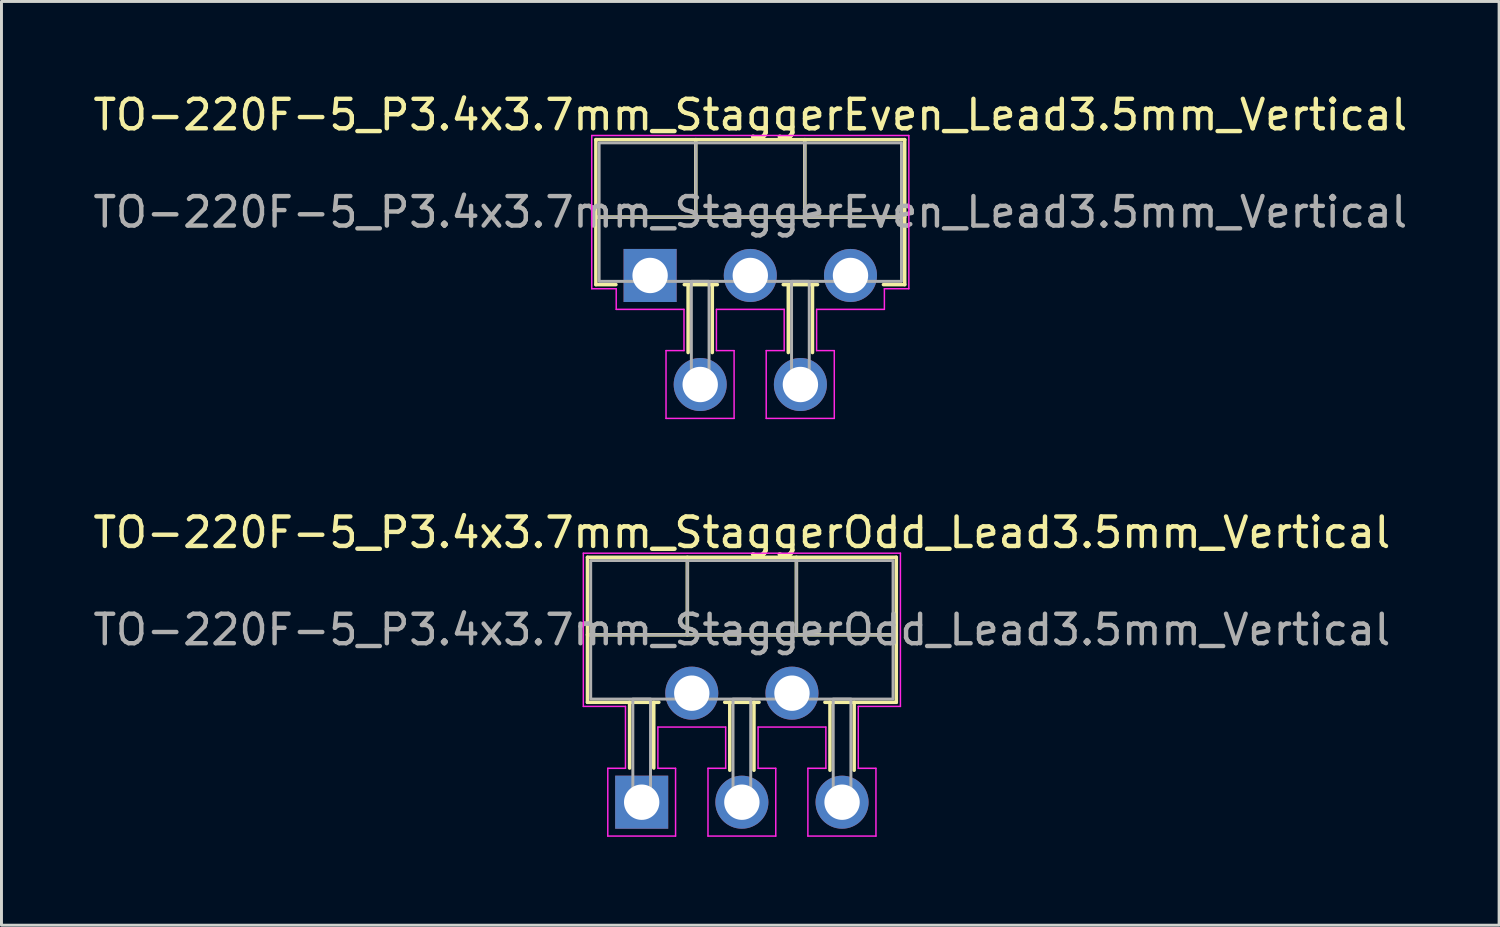
<source format=kicad_pcb>
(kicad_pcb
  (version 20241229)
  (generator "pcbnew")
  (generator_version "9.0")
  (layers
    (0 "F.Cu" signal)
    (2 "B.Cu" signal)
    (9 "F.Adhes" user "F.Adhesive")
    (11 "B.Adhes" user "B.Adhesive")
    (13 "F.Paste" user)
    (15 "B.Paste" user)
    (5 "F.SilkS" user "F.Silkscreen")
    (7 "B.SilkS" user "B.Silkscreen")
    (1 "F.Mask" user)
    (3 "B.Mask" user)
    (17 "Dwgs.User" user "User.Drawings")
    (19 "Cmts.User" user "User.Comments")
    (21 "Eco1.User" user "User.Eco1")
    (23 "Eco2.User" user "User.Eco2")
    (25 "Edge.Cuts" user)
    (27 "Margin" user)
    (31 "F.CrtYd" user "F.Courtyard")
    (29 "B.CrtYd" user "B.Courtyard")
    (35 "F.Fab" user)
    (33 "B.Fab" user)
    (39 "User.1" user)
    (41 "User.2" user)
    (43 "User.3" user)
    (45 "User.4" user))
  (footprint "TO-220F-5_P3.4x3.7mm_StaggerOdd_Lead3.5mm_Vertical"
    (layer "F.Cu")
    (at 18.725 24.172)
    (property "Reference" "TO-220F-5_P3.4x3.7mm_StaggerOdd_Lead3.5mm_Vertical" (at 3.4 -9.15 0) (layer "F.SilkS") (effects (font (size 1 1) (thickness 0.15))))
    (attr through_hole)
    (fp_line (start -1.84 -8.31) (end 8.64 -8.31) (stroke (width 0.12) (type solid)) (layer "F.SilkS"))
    (fp_line (start -1.84 -5.68) (end 8.64 -5.68) (stroke (width 0.12) (type solid)) (layer "F.SilkS"))
    (fp_line (start -1.84 -3.39) (end -1.84 -8.31) (stroke (width 0.12) (type solid)) (layer "F.SilkS"))
    (fp_line (start -0.41 -3.39) (end -0.41 -1.16) (stroke (width 0.12) (type solid)) (layer "F.SilkS"))
    (fp_line (start 0.41 -3.39) (end 0.41 -1.16) (stroke (width 0.12) (type solid)) (layer "F.SilkS"))
    (fp_line (start 0.582 -3.39) (end -1.84 -3.39) (stroke (width 0.12) (type solid)) (layer "F.SilkS"))
    (fp_line (start 1.55 -8.31) (end 1.55 -5.68) (stroke (width 0.12) (type solid)) (layer "F.SilkS"))
    (fp_line (start 2.99 -3.39) (end 2.99 -1.085) (stroke (width 0.12) (type solid)) (layer "F.SilkS"))
    (fp_line (start 3.81 -3.39) (end 3.81 -1.085) (stroke (width 0.12) (type solid)) (layer "F.SilkS"))
    (fp_line (start 3.982 -3.39) (end 2.818 -3.39) (stroke (width 0.12) (type solid)) (layer "F.SilkS"))
    (fp_line (start 5.25 -8.31) (end 5.25 -5.68) (stroke (width 0.12) (type solid)) (layer "F.SilkS"))
    (fp_line (start 6.39 -3.39) (end 6.39 -1.085) (stroke (width 0.12) (type solid)) (layer "F.SilkS"))
    (fp_line (start 7.21 -3.39) (end 7.21 -1.085) (stroke (width 0.12) (type solid)) (layer "F.SilkS"))
    (fp_line (start 8.64 -8.31) (end 8.64 -3.39) (stroke (width 0.12) (type solid)) (layer "F.SilkS"))
    (fp_line (start 8.64 -3.39) (end 6.218 -3.39) (stroke (width 0.12) (type solid)) (layer "F.SilkS"))
    (fp_line (start -1.98 -8.45) (end 8.78 -8.45) (stroke (width 0.05) (type solid)) (layer "F.CrtYd"))
    (fp_line (start -1.98 -3.25) (end -1.98 -8.45) (stroke (width 0.05) (type solid)) (layer "F.CrtYd"))
    (fp_line (start -1.15 -1.15) (end -0.55 -1.15) (stroke (width 0.05) (type solid)) (layer "F.CrtYd"))
    (fp_line (start -1.15 1.15) (end -1.15 -1.15) (stroke (width 0.05) (type solid)) (layer "F.CrtYd"))
    (fp_line (start -0.55 -3.25) (end -1.98 -3.25) (stroke (width 0.05) (type solid)) (layer "F.CrtYd"))
    (fp_line (start -0.55 -1.15) (end -0.55 -3.25) (stroke (width 0.05) (type solid)) (layer "F.CrtYd"))
    (fp_line (start 0.55 -2.55) (end 0.55 -1.15) (stroke (width 0.05) (type solid)) (layer "F.CrtYd"))
    (fp_line (start 0.55 -1.15) (end 1.15 -1.15) (stroke (width 0.05) (type solid)) (layer "F.CrtYd"))
    (fp_line (start 1.15 -1.15) (end 1.15 1.15) (stroke (width 0.05) (type solid)) (layer "F.CrtYd"))
    (fp_line (start 1.15 1.15) (end -1.15 1.15) (stroke (width 0.05) (type solid)) (layer "F.CrtYd"))
    (fp_line (start 2.25 -1.15) (end 2.85 -1.15) (stroke (width 0.05) (type solid)) (layer "F.CrtYd"))
    (fp_line (start 2.25 1.15) (end 2.25 -1.15) (stroke (width 0.05) (type solid)) (layer "F.CrtYd"))
    (fp_line (start 2.85 -2.55) (end 0.55 -2.55) (stroke (width 0.05) (type solid)) (layer "F.CrtYd"))
    (fp_line (start 2.85 -1.15) (end 2.85 -2.55) (stroke (width 0.05) (type solid)) (layer "F.CrtYd"))
    (fp_line (start 3.95 -2.55) (end 3.95 -1.15) (stroke (width 0.05) (type solid)) (layer "F.CrtYd"))
    (fp_line (start 3.95 -1.15) (end 4.55 -1.15) (stroke (width 0.05) (type solid)) (layer "F.CrtYd"))
    (fp_line (start 4.55 -1.15) (end 4.55 1.15) (stroke (width 0.05) (type solid)) (layer "F.CrtYd"))
    (fp_line (start 4.55 1.15) (end 2.25 1.15) (stroke (width 0.05) (type solid)) (layer "F.CrtYd"))
    (fp_line (start 5.64 -1.15) (end 6.25 -1.15) (stroke (width 0.05) (type solid)) (layer "F.CrtYd"))
    (fp_line (start 5.64 1.15) (end 5.64 -1.15) (stroke (width 0.05) (type solid)) (layer "F.CrtYd"))
    (fp_line (start 6.25 -2.55) (end 3.95 -2.55) (stroke (width 0.05) (type solid)) (layer "F.CrtYd"))
    (fp_line (start 6.25 -1.15) (end 6.25 -2.55) (stroke (width 0.05) (type solid)) (layer "F.CrtYd"))
    (fp_line (start 7.35 -3.25) (end 7.35 -1.15) (stroke (width 0.05) (type solid)) (layer "F.CrtYd"))
    (fp_line (start 7.35 -1.15) (end 7.95 -1.15) (stroke (width 0.05) (type solid)) (layer "F.CrtYd"))
    (fp_line (start 7.95 -1.15) (end 7.95 1.15) (stroke (width 0.05) (type solid)) (layer "F.CrtYd"))
    (fp_line (start 7.95 1.15) (end 5.64 1.15) (stroke (width 0.05) (type solid)) (layer "F.CrtYd"))
    (fp_line (start 8.78 -8.45) (end 8.78 -3.25) (stroke (width 0.05) (type solid)) (layer "F.CrtYd"))
    (fp_line (start 8.78 -3.25) (end 7.35 -3.25) (stroke (width 0.05) (type solid)) (layer "F.CrtYd"))
    (fp_line (start -1.73 -5.68) (end 8.53 -5.68) (stroke (width 0.1) (type solid)) (layer "F.Fab"))
    (fp_line (start 1.55 -8.2) (end 1.55 -5.68) (stroke (width 0.1) (type solid)) (layer "F.Fab"))
    (fp_line (start 5.25 -8.2) (end 5.25 -5.68) (stroke (width 0.1) (type solid)) (layer "F.Fab"))
    (fp_rect (start -1.73 -8.2) (end 8.53 -3.5) (stroke (width 0.1) (type solid)) (fill no) (layer "F.Fab"))
    (fp_rect (start -0.3 -3.5) (end 0.3 0) (stroke (width 0.1) (type solid)) (fill no) (layer "F.Fab"))
    (fp_rect (start 3.1 -3.5) (end 3.7 0) (stroke (width 0.1) (type solid)) (fill no) (layer "F.Fab"))
    (fp_rect (start 6.5 -3.5) (end 7.1 0) (stroke (width 0.1) (type solid)) (fill no) (layer "F.Fab"))
    (fp_text user "${REFERENCE}" (at 3.4 -5.85 0) (layer "F.Fab") (effects (font (size 1 1) (thickness 0.15))))
    (pad "1" thru_hole rect (at 0 0) (size 1.8 1.8) (drill 1.2) (layers "*.Cu" "*.Mask"))
    (pad "2" thru_hole circle (at 1.7 -3.7) (size 1.8 1.8) (drill 1.2) (layers "*.Cu" "*.Mask"))
    (pad "3" thru_hole circle (at 3.4 0) (size 1.8 1.8) (drill 1.2) (layers "*.Cu" "*.Mask"))
    (pad "4" thru_hole circle (at 5.1 -3.7) (size 1.8 1.8) (drill 1.2) (layers "*.Cu" "*.Mask"))
    (pad "5" thru_hole circle (at 6.8 0) (size 1.8 1.8) (drill 1.2) (layers "*.Cu" "*.Mask")))
  (footprint "TO-220F-5_P3.4x3.7mm_StaggerEven_Lead3.5mm_Vertical"
    (layer "F.Cu")
    (at 19.011 6.298)
    (property "Reference" "TO-220F-5_P3.4x3.7mm_StaggerEven_Lead3.5mm_Vertical" (at 3.4 -5.45 0) (layer "F.SilkS") (effects (font (size 1 1) (thickness 0.15))))
    (attr through_hole)
    (fp_line (start -1.84 -4.61) (end 8.64 -4.61) (stroke (width 0.12) (type solid)) (layer "F.SilkS"))
    (fp_line (start -1.84 -1.98) (end 8.64 -1.98) (stroke (width 0.12) (type solid)) (layer "F.SilkS"))
    (fp_line (start -1.84 0.31) (end -1.84 -4.61) (stroke (width 0.12) (type solid)) (layer "F.SilkS"))
    (fp_line (start -1.16 0.31) (end -1.84 0.31) (stroke (width 0.12) (type solid)) (layer "F.SilkS"))
    (fp_line (start 1.29 0.31) (end 1.29 2.615) (stroke (width 0.12) (type solid)) (layer "F.SilkS"))
    (fp_line (start 1.55 -4.61) (end 1.55 -1.98) (stroke (width 0.12) (type solid)) (layer "F.SilkS"))
    (fp_line (start 2.11 0.31) (end 2.11 2.615) (stroke (width 0.12) (type solid)) (layer "F.SilkS"))
    (fp_line (start 2.282 0.31) (end 1.16 0.31) (stroke (width 0.12) (type solid)) (layer "F.SilkS"))
    (fp_line (start 4.69 0.31) (end 4.69 2.615) (stroke (width 0.12) (type solid)) (layer "F.SilkS"))
    (fp_line (start 5.25 -4.61) (end 5.25 -1.98) (stroke (width 0.12) (type solid)) (layer "F.SilkS"))
    (fp_line (start 5.51 0.31) (end 5.51 2.615) (stroke (width 0.12) (type solid)) (layer "F.SilkS"))
    (fp_line (start 5.682 0.31) (end 4.518 0.31) (stroke (width 0.12) (type solid)) (layer "F.SilkS"))
    (fp_line (start 8.64 -4.61) (end 8.64 0.31) (stroke (width 0.12) (type solid)) (layer "F.SilkS"))
    (fp_line (start 8.64 0.31) (end 7.918 0.31) (stroke (width 0.12) (type solid)) (layer "F.SilkS"))
    (fp_line (start -1.98 -4.75) (end 8.78 -4.75) (stroke (width 0.05) (type solid)) (layer "F.CrtYd"))
    (fp_line (start -1.98 0.45) (end -1.98 -4.75) (stroke (width 0.05) (type solid)) (layer "F.CrtYd"))
    (fp_line (start -1.15 0.45) (end -1.98 0.45) (stroke (width 0.05) (type solid)) (layer "F.CrtYd"))
    (fp_line (start -1.15 1.15) (end -1.15 0.45) (stroke (width 0.05) (type solid)) (layer "F.CrtYd"))
    (fp_line (start 0.54 2.55) (end 1.15 2.55) (stroke (width 0.05) (type solid)) (layer "F.CrtYd"))
    (fp_line (start 0.54 4.85) (end 0.54 2.55) (stroke (width 0.05) (type solid)) (layer "F.CrtYd"))
    (fp_line (start 1.15 1.15) (end -1.15 1.15) (stroke (width 0.05) (type solid)) (layer "F.CrtYd"))
    (fp_line (start 1.15 2.55) (end 1.15 1.15) (stroke (width 0.05) (type solid)) (layer "F.CrtYd"))
    (fp_line (start 2.25 1.15) (end 2.25 2.55) (stroke (width 0.05) (type solid)) (layer "F.CrtYd"))
    (fp_line (start 2.25 2.55) (end 2.85 2.55) (stroke (width 0.05) (type solid)) (layer "F.CrtYd"))
    (fp_line (start 2.85 2.55) (end 2.85 4.85) (stroke (width 0.05) (type solid)) (layer "F.CrtYd"))
    (fp_line (start 2.85 4.85) (end 0.54 4.85) (stroke (width 0.05) (type solid)) (layer "F.CrtYd"))
    (fp_line (start 3.94 2.55) (end 4.55 2.55) (stroke (width 0.05) (type solid)) (layer "F.CrtYd"))
    (fp_line (start 3.94 4.85) (end 3.94 2.55) (stroke (width 0.05) (type solid)) (layer "F.CrtYd"))
    (fp_line (start 4.55 1.15) (end 2.25 1.15) (stroke (width 0.05) (type solid)) (layer "F.CrtYd"))
    (fp_line (start 4.55 2.55) (end 4.55 1.15) (stroke (width 0.05) (type solid)) (layer "F.CrtYd"))
    (fp_line (start 5.65 1.15) (end 5.65 2.55) (stroke (width 0.05) (type solid)) (layer "F.CrtYd"))
    (fp_line (start 5.65 2.55) (end 6.25 2.55) (stroke (width 0.05) (type solid)) (layer "F.CrtYd"))
    (fp_line (start 6.25 2.55) (end 6.25 4.85) (stroke (width 0.05) (type solid)) (layer "F.CrtYd"))
    (fp_line (start 6.25 4.85) (end 3.94 4.85) (stroke (width 0.05) (type solid)) (layer "F.CrtYd"))
    (fp_line (start 7.95 0.45) (end 7.95 1.15) (stroke (width 0.05) (type solid)) (layer "F.CrtYd"))
    (fp_line (start 7.95 1.15) (end 5.65 1.15) (stroke (width 0.05) (type solid)) (layer "F.CrtYd"))
    (fp_line (start 8.78 -4.75) (end 8.78 0.45) (stroke (width 0.05) (type solid)) (layer "F.CrtYd"))
    (fp_line (start 8.78 0.45) (end 7.95 0.45) (stroke (width 0.05) (type solid)) (layer "F.CrtYd"))
    (fp_line (start -1.73 -1.98) (end 8.53 -1.98) (stroke (width 0.1) (type solid)) (layer "F.Fab"))
    (fp_line (start 1.55 -4.5) (end 1.55 -1.98) (stroke (width 0.1) (type solid)) (layer "F.Fab"))
    (fp_line (start 5.25 -4.5) (end 5.25 -1.98) (stroke (width 0.1) (type solid)) (layer "F.Fab"))
    (fp_rect (start -1.73 -4.5) (end 8.53 0.2) (stroke (width 0.1) (type solid)) (fill no) (layer "F.Fab"))
    (fp_rect (start 1.4 0.2) (end 2 3.7) (stroke (width 0.1) (type solid)) (fill no) (layer "F.Fab"))
    (fp_rect (start 4.8 0.2) (end 5.4 3.7) (stroke (width 0.1) (type solid)) (fill no) (layer "F.Fab"))
    (fp_text user "${REFERENCE}" (at 3.4 -2.15 0) (layer "F.Fab") (effects (font (size 1 1) (thickness 0.15))))
    (pad "1" thru_hole rect (at 0 0) (size 1.8 1.8) (drill 1.2) (layers "*.Cu" "*.Mask"))
    (pad "2" thru_hole circle (at 1.7 3.7) (size 1.8 1.8) (drill 1.2) (layers "*.Cu" "*.Mask"))
    (pad "3" thru_hole circle (at 3.4 0) (size 1.8 1.8) (drill 1.2) (layers "*.Cu" "*.Mask"))
    (pad "4" thru_hole circle (at 5.1 3.7) (size 1.8 1.8) (drill 1.2) (layers "*.Cu" "*.Mask"))
    (pad "5" thru_hole circle (at 6.8 0) (size 1.8 1.8) (drill 1.2) (layers "*.Cu" "*.Mask")))
  (gr_rect
    (start -3 -3)
    (end 47.821 28.346)
    (stroke (width 0.1) (type default))
    (fill no)
    (layer "Edge.Cuts")))
</source>
